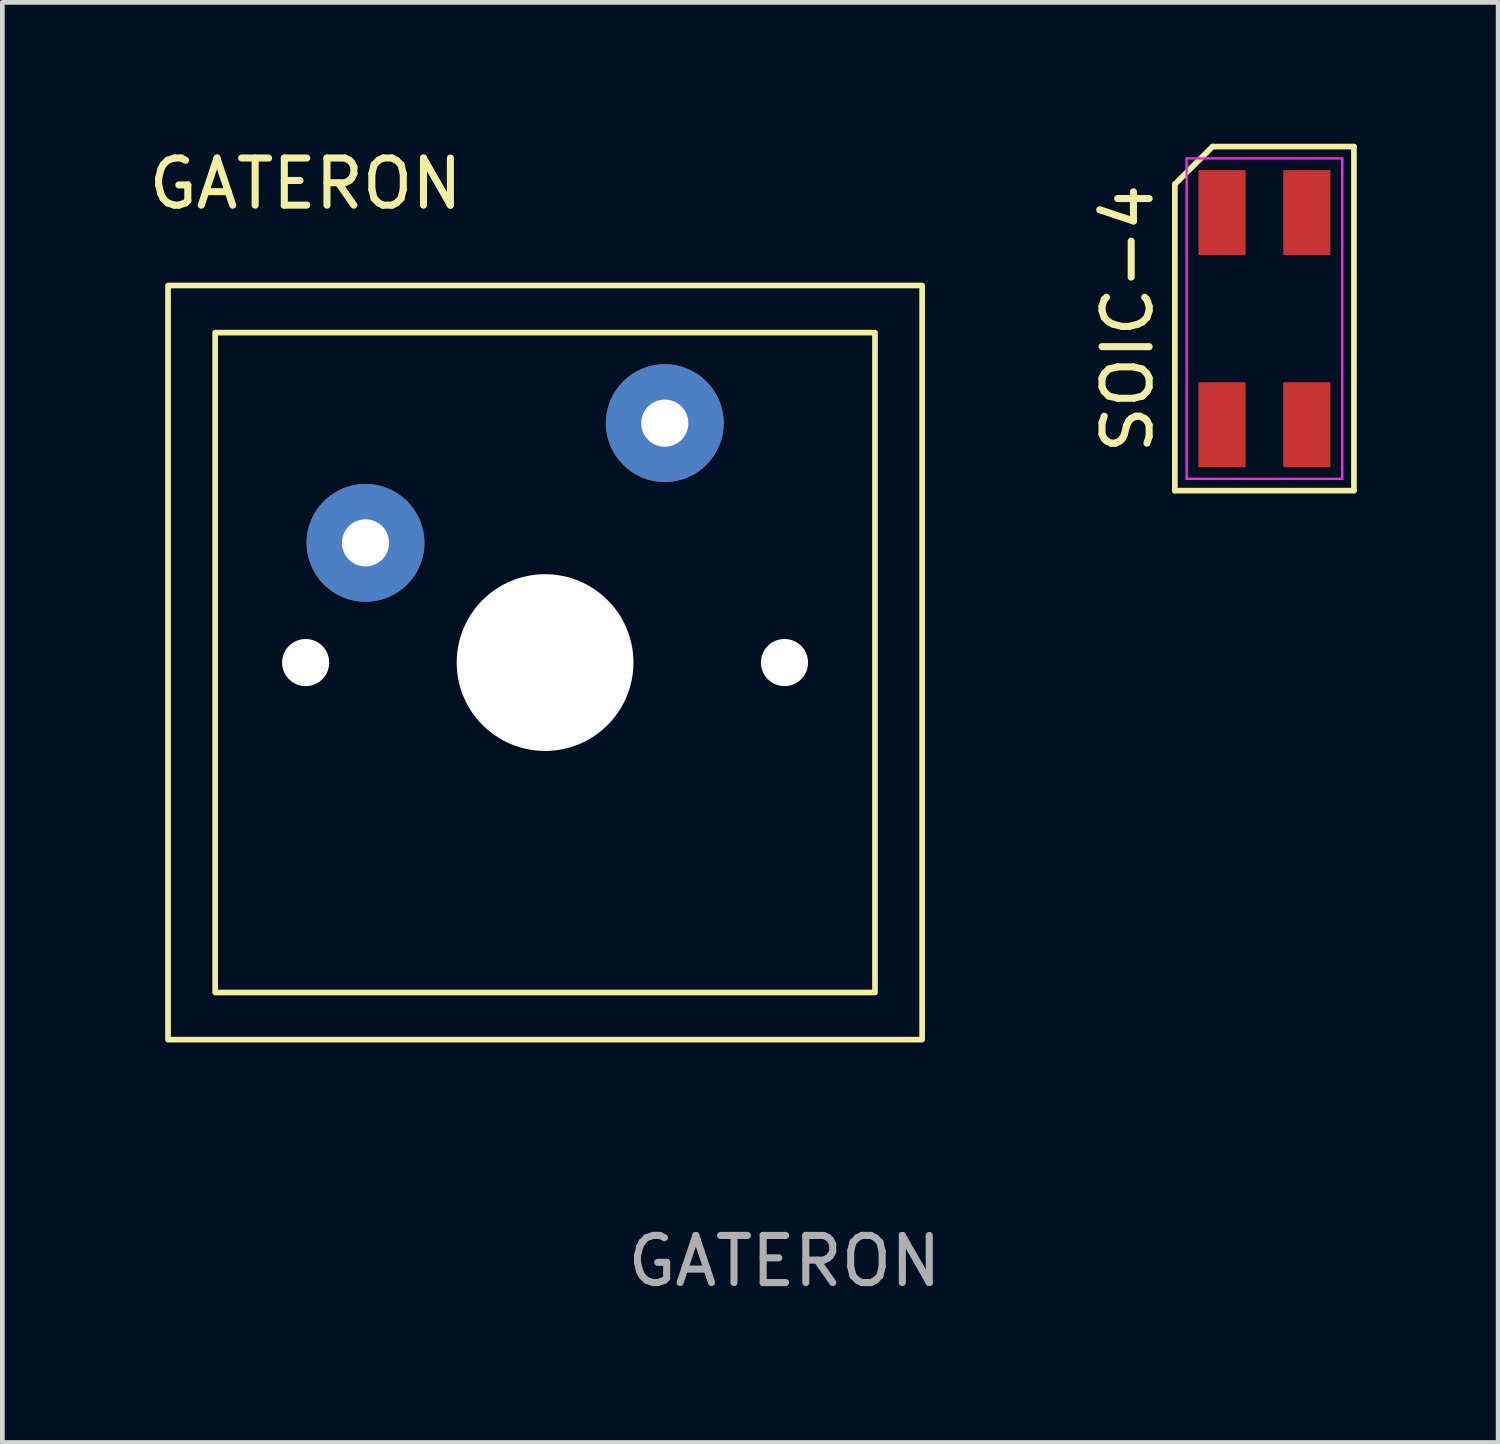
<source format=kicad_pcb>
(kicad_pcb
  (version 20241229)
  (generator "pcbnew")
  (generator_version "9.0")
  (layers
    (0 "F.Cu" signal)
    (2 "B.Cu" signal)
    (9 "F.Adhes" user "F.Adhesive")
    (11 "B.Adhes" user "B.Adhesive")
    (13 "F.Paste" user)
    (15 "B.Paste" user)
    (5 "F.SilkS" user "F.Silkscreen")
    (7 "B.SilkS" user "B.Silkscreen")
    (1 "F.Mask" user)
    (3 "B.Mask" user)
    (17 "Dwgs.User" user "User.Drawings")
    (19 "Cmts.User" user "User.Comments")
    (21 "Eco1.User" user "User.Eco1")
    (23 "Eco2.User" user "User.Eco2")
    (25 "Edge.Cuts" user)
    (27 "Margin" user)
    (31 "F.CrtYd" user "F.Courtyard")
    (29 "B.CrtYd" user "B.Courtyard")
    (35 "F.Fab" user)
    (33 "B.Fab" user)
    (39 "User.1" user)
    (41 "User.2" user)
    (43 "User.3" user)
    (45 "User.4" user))
  (footprint "GATERON"
    (layer "F.Cu")
    (at 8.515 11.008)
    (property "Reference" "GATERON" (at -5.08 -10.16 0) (unlocked yes) (layer "F.SilkS") (effects (font (size 1 1) (thickness 0.15))))
    (attr smd)
    (fp_rect (start -8 -8) (end 8 8) (stroke (width 0.12) (type solid)) (fill no) (layer "F.SilkS"))
    (fp_rect (start -7 -7) (end 7 7) (stroke (width 0.12) (type solid)) (fill no) (layer "F.SilkS"))
    (fp_text user "${REFERENCE}" (at 5.08 12.7 0) (unlocked yes) (layer "F.Fab") (effects (font (size 1 1) (thickness 0.15))))
    (pad "" np_thru_hole circle (at -5.08 0) (size 1 1) (drill 2) (layers "*.Cu" "*.Mask"))
    (pad "" np_thru_hole circle (at 0 0) (size 3.75 3.75) (drill 4) (layers "*.Cu" "*.Mask"))
    (pad "" np_thru_hole circle (at 5.08 0) (size 1 1) (drill 2) (layers "*.Cu" "*.Mask"))
    (pad "0" thru_hole circle (at -3.81 -2.54) (size 2.5 2.5) (drill 1) (layers "*.Cu" "*.Mask"))
    (pad "1" thru_hole circle (at 2.54 -5.08) (size 2.5 2.5) (drill 1) (layers "*.Cu" "*.Mask")))
  (footprint "SOIC-4"
    (layer "F.Cu")
    (at 23.777 3.71)
    (property "Reference" "SOIC-4" (at -2.9 0 90) (layer "F.SilkS") (effects (font (size 1 1) (thickness 0.15))))
    (attr through_hole)
    (fp_line (start -1.9 -2.85) (end -1.9 3.65) (stroke (width 0.12) (type solid)) (layer "F.SilkS"))
    (fp_line (start -1.9 3.65) (end 1.9 3.65) (stroke (width 0.12) (type solid)) (layer "F.SilkS"))
    (fp_line (start -1.1 -3.65) (end -1.9 -2.85) (stroke (width 0.12) (type solid)) (layer "F.SilkS"))
    (fp_line (start 1.9 -3.65) (end -1.1 -3.65) (stroke (width 0.12) (type solid)) (layer "F.SilkS"))
    (fp_line (start 1.9 -3.65) (end 1.9 3.65) (stroke (width 0.12) (type solid)) (layer "F.SilkS"))
    (fp_line (start -1.65 -3.4) (end 1.65 -3.4) (stroke (width 0.05) (type solid)) (layer "F.CrtYd"))
    (fp_line (start -1.65 3.4) (end -1.65 -3.4) (stroke (width 0.05) (type solid)) (layer "F.CrtYd"))
    (fp_line (start 1.65 -3.4) (end 1.65 3.4) (stroke (width 0.05) (type solid)) (layer "F.CrtYd"))
    (fp_line (start 1.65 3.4) (end -1.65 3.4) (stroke (width 0.05) (type solid)) (layer "F.CrtYd"))
    (pad "A" smd rect (at -0.9 -2.25) (size 1 1.8) (layers "F.Cu" "F.Mask" "F.Paste"))
    (pad "C" smd rect (at 0.9 2.25) (size 1 1.8) (layers "F.Cu" "F.Mask" "F.Paste"))
    (pad "E" smd rect (at 0.9 -2.25) (size 1 1.8) (layers "F.Cu" "F.Mask" "F.Paste"))
    (pad "K" smd rect (at -0.9 2.25) (size 1 1.8) (layers "F.Cu" "F.Mask" "F.Paste")))
  (gr_rect
    (start -3 -3)
    (end 28.737 27.556)
    (stroke (width 0.1) (type default))
    (fill no)
    (layer "Edge.Cuts")))
</source>
